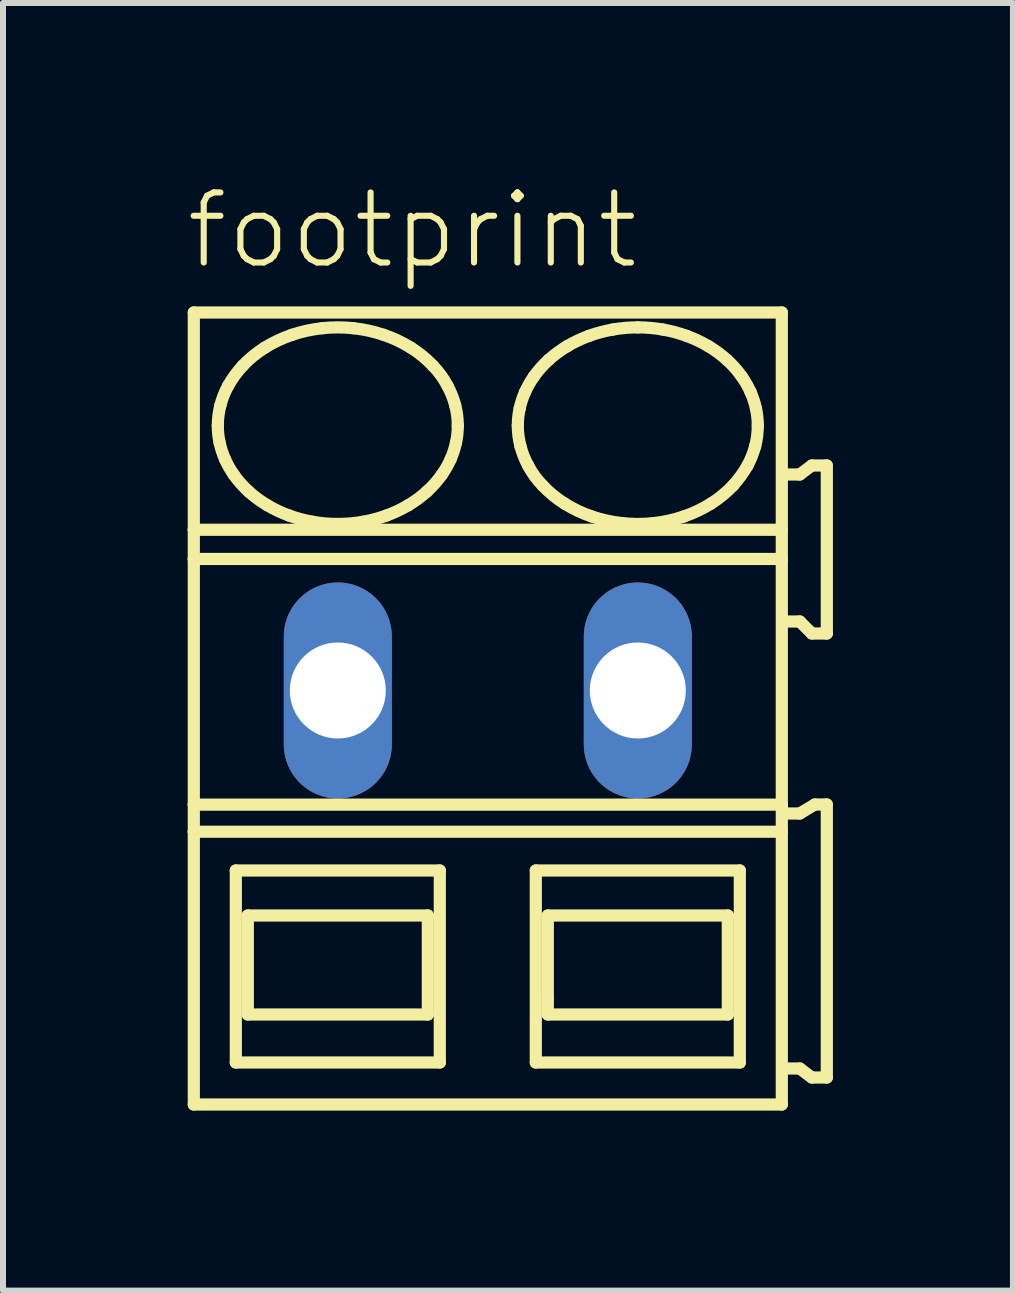
<source format=kicad_pcb>
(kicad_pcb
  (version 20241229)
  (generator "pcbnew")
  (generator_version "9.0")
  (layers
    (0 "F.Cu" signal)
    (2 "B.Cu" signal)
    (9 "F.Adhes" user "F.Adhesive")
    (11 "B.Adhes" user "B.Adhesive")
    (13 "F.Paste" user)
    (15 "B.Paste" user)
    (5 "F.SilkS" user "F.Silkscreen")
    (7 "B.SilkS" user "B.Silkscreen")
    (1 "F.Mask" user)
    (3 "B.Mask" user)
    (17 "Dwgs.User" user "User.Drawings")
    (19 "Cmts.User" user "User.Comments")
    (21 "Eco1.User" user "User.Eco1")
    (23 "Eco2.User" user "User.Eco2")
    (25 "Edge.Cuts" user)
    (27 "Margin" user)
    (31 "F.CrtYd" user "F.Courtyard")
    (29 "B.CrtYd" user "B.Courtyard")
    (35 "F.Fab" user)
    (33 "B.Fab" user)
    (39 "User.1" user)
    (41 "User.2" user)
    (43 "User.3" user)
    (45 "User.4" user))
  (footprint "footprint"
    (layer "F.Cu")
    (at 5.08 8.458)
    (property "Reference" "footprint" (at -5.08 -6.985 0) (layer "F.SilkS") (effects (font (size 1.168 1.168) (thickness 0.102)) (justify left bottom)))
    (fp_line (start -4.9 -6.3) (end -4.9 -2.679) (stroke (width 0.203) (type solid)) (layer "F.SilkS"))
    (fp_line (start -4.9 -2.679) (end -4.9 -2.192) (stroke (width 0.203) (type solid)) (layer "F.SilkS"))
    (fp_line (start -4.9 -2.192) (end -4.9 1.902) (stroke (width 0.203) (type solid)) (layer "F.SilkS"))
    (fp_line (start -4.9 1.902) (end -4.9 2.354) (stroke (width 0.203) (type solid)) (layer "F.SilkS"))
    (fp_line (start -4.9 2.354) (end -4.9 6.9) (stroke (width 0.203) (type solid)) (layer "F.SilkS"))
    (fp_line (start -4.9 6.9) (end 4.9 6.9) (stroke (width 0.203) (type solid)) (layer "F.SilkS"))
    (fp_line (start -4.2 3) (end -4.2 6.2) (stroke (width 0.203) (type solid)) (layer "F.SilkS"))
    (fp_line (start -4.2 6.2) (end -0.8 6.2) (stroke (width 0.203) (type solid)) (layer "F.SilkS"))
    (fp_line (start -4 3.75) (end -4 5.4) (stroke (width 0.203) (type solid)) (layer "F.SilkS"))
    (fp_line (start -4 5.4) (end -1 5.4) (stroke (width 0.203) (type solid)) (layer "F.SilkS"))
    (fp_line (start -1 3.75) (end -4 3.75) (stroke (width 0.203) (type solid)) (layer "F.SilkS"))
    (fp_line (start -1 5.4) (end -1 3.75) (stroke (width 0.203) (type solid)) (layer "F.SilkS"))
    (fp_line (start -0.8 3) (end -4.2 3) (stroke (width 0.203) (type solid)) (layer "F.SilkS"))
    (fp_line (start -0.8 6.2) (end -0.8 3) (stroke (width 0.203) (type solid)) (layer "F.SilkS"))
    (fp_line (start 0.8 3) (end 0.8 6.2) (stroke (width 0.203) (type solid)) (layer "F.SilkS"))
    (fp_line (start 0.8 6.2) (end 4.2 6.2) (stroke (width 0.203) (type solid)) (layer "F.SilkS"))
    (fp_line (start 1 3.75) (end 1 5.15) (stroke (width 0.203) (type solid)) (layer "F.SilkS"))
    (fp_line (start 1 5.15) (end 1 5.4) (stroke (width 0.203) (type solid)) (layer "F.SilkS"))
    (fp_line (start 1 5.4) (end 4 5.4) (stroke (width 0.203) (type solid)) (layer "F.SilkS"))
    (fp_line (start 4 3.75) (end 1 3.75) (stroke (width 0.203) (type solid)) (layer "F.SilkS"))
    (fp_line (start 4 5.4) (end 4 3.75) (stroke (width 0.203) (type solid)) (layer "F.SilkS"))
    (fp_line (start 4.2 3) (end 0.8 3) (stroke (width 0.203) (type solid)) (layer "F.SilkS"))
    (fp_line (start 4.2 6.2) (end 4.2 3) (stroke (width 0.203) (type solid)) (layer "F.SilkS"))
    (fp_line (start 4.9 -6.3) (end -4.9 -6.3) (stroke (width 0.203) (type solid)) (layer "F.SilkS"))
    (fp_line (start 4.9 -2.679) (end -4.9 -2.679) (stroke (width 0.203) (type solid)) (layer "F.SilkS"))
    (fp_line (start 4.9 -2.679) (end 4.9 -6.3) (stroke (width 0.203) (type solid)) (layer "F.SilkS"))
    (fp_line (start 4.9 -2.192) (end -4.9 -2.192) (stroke (width 0.203) (type solid)) (layer "F.SilkS"))
    (fp_line (start 4.9 -2.192) (end 4.9 -2.679) (stroke (width 0.203) (type solid)) (layer "F.SilkS"))
    (fp_line (start 4.9 1.902) (end -4.9 1.902) (stroke (width 0.203) (type solid)) (layer "F.SilkS"))
    (fp_line (start 4.9 1.902) (end 4.9 -2.192) (stroke (width 0.203) (type solid)) (layer "F.SilkS"))
    (fp_line (start 4.9 2.354) (end -4.9 2.354) (stroke (width 0.203) (type solid)) (layer "F.SilkS"))
    (fp_line (start 4.9 2.354) (end 4.9 1.902) (stroke (width 0.203) (type solid)) (layer "F.SilkS"))
    (fp_line (start 4.9 6.9) (end 4.9 2.354) (stroke (width 0.203) (type solid)) (layer "F.SilkS"))
    (fp_line (start 5 -1.15) (end 5.2 -1.15) (stroke (width 0.203) (type solid)) (layer "F.SilkS"))
    (fp_line (start 5 6.3) (end 5.2 6.3) (stroke (width 0.203) (type solid)) (layer "F.SilkS"))
    (fp_line (start 5.2 -3.6) (end 5 -3.6) (stroke (width 0.203) (type solid)) (layer "F.SilkS"))
    (fp_line (start 5.2 -1.15) (end 5.4 -0.95) (stroke (width 0.203) (type solid)) (layer "F.SilkS"))
    (fp_line (start 5.2 2.05) (end 5 2.05) (stroke (width 0.203) (type solid)) (layer "F.SilkS"))
    (fp_line (start 5.2 6.3) (end 5.4 6.45) (stroke (width 0.203) (type solid)) (layer "F.SilkS"))
    (fp_line (start 5.4 -3.75) (end 5.2 -3.6) (stroke (width 0.203) (type solid)) (layer "F.SilkS"))
    (fp_line (start 5.4 -0.95) (end 5.65 -0.95) (stroke (width 0.203) (type solid)) (layer "F.SilkS"))
    (fp_line (start 5.4 6.45) (end 5.65 6.45) (stroke (width 0.203) (type solid)) (layer "F.SilkS"))
    (fp_line (start 5.45 1.9) (end 5.2 2.05) (stroke (width 0.203) (type solid)) (layer "F.SilkS"))
    (fp_line (start 5.65 -3.75) (end 5.4 -3.75) (stroke (width 0.203) (type solid)) (layer "F.SilkS"))
    (fp_line (start 5.65 -0.95) (end 5.65 -3.75) (stroke (width 0.203) (type solid)) (layer "F.SilkS"))
    (fp_line (start 5.65 1.9) (end 5.45 1.9) (stroke (width 0.203) (type solid)) (layer "F.SilkS"))
    (fp_line (start 5.65 6.45) (end 5.65 1.9) (stroke (width 0.203) (type solid)) (layer "F.SilkS"))
    (fp_arc (start -4.5 -4.4136) (mid -4.488905 -4.585389) (end -4.4562 -4.7544) (stroke (width 0.2032) (type solid)) (layer "F.SilkS"))
    (fp_arc (start -4.4695 -4.1287) (mid -4.492308 -4.270341) (end -4.5 -4.4136) (stroke (width 0.2032) (type solid)) (layer "F.SilkS"))
    (fp_arc (start -4.4562 -4.7544) (mid -4.401558 -4.920839) (end -4.3273 -5.0795) (stroke (width 0.2032) (type solid)) (layer "F.SilkS"))
    (fp_arc (start -4.3795 -3.8536) (mid -4.431599 -3.988827) (end -4.4695 -4.1287) (stroke (width 0.2032) (type solid)) (layer "F.SilkS"))
    (fp_arc (start -4.3274 -5.0795) (mid -4.216217 -5.252167) (end -4.0864 -5.4113) (stroke (width 0.2032) (type solid)) (layer "F.SilkS"))
    (fp_arc (start -4.232 -3.5945) (mid -4.312155 -3.720404) (end -4.3795 -3.8536) (stroke (width 0.2032) (type solid)) (layer "F.SilkS"))
    (fp_arc (start -4.0864 -5.4113) (mid -3.911717 -5.573771) (end -3.718 -5.713) (stroke (width 0.2032) (type solid)) (layer "F.SilkS"))
    (fp_arc (start -3.9861 -3.3171) (mid -4.116737 -3.448975) (end -4.2321 -3.5944) (stroke (width 0.2032) (type solid)) (layer "F.SilkS"))
    (fp_arc (start -3.718 -5.713) (mid -3.497651 -5.83326) (end -3.2649 -5.9273) (stroke (width 0.2032) (type solid)) (layer "F.SilkS"))
    (fp_arc (start -3.676 -3.0884) (mid -3.836846 -3.194891) (end -3.9861 -3.3171) (stroke (width 0.2032) (type solid)) (layer "F.SilkS"))
    (fp_arc (start -3.313 -2.9167) (mid -3.498551 -2.993985) (end -3.676 -3.0884) (stroke (width 0.2032) (type solid)) (layer "F.SilkS"))
    (fp_arc (start -3.2649 -5.9273) (mid -3.016253 -5.996227) (end -2.7616 -6.0378) (stroke (width 0.2032) (type solid)) (layer "F.SilkS"))
    (fp_arc (start -2.9161 -2.8111) (mid -3.116893 -2.855096) (end -3.313 -2.9167) (stroke (width 0.2032) (type solid)) (layer "F.SilkS"))
    (fp_arc (start -2.7616 -6.0378) (mid -2.5 -6.051841) (end -2.2384 -6.0378) (stroke (width 0.2032) (type solid)) (layer "F.SilkS"))
    (fp_arc (start -2.5 -2.7752) (mid -2.708826 -2.784159) (end -2.9161 -2.8111) (stroke (width 0.2032) (type solid)) (layer "F.SilkS"))
    (fp_arc (start -2.2384 -6.0378) (mid -1.983714 -5.996379) (end -1.7351 -5.9273) (stroke (width 0.2032) (type solid)) (layer "F.SilkS"))
    (fp_arc (start -2.0839 -2.8111) (mid -2.291182 -2.784277) (end -2.5 -2.7753) (stroke (width 0.2032) (type solid)) (layer "F.SilkS"))
    (fp_arc (start -1.7351 -5.9273) (mid -1.502222 -5.83353) (end -1.282 -5.713) (stroke (width 0.2032) (type solid)) (layer "F.SilkS"))
    (fp_arc (start -1.687 -2.9167) (mid -1.883129 -2.855175) (end -2.0839 -2.8111) (stroke (width 0.2032) (type solid)) (layer "F.SilkS"))
    (fp_arc (start -1.324 -3.0884) (mid -1.501514 -2.994123) (end -1.687 -2.9167) (stroke (width 0.2032) (type solid)) (layer "F.SilkS"))
    (fp_arc (start -1.282 -5.713) (mid -1.088036 -5.574073) (end -0.9136 -5.4113) (stroke (width 0.2032) (type solid)) (layer "F.SilkS"))
    (fp_arc (start -1.0139 -3.3171) (mid -1.163276 -3.195057) (end -1.324 -3.0884) (stroke (width 0.2032) (type solid)) (layer "F.SilkS"))
    (fp_arc (start -0.9137 -5.4112) (mid -0.781313 -5.253987) (end -0.6727 -5.0795) (stroke (width 0.2032) (type solid)) (layer "F.SilkS"))
    (fp_arc (start -0.7679 -3.5944) (mid -0.88339 -3.449088) (end -1.0139 -3.3171) (stroke (width 0.2032) (type solid)) (layer "F.SilkS"))
    (fp_arc (start -0.6727 -5.0795) (mid -0.598287 -4.9209) (end -0.5438 -4.7544) (stroke (width 0.2032) (type solid)) (layer "F.SilkS"))
    (fp_arc (start -0.6204 -3.8536) (mid -0.687861 -3.720421) (end -0.7679 -3.5944) (stroke (width 0.2032) (type solid)) (layer "F.SilkS"))
    (fp_arc (start -0.5438 -4.7544) (mid -0.511083 -4.58539) (end -0.5 -4.4136) (stroke (width 0.2032) (type solid)) (layer "F.SilkS"))
    (fp_arc (start -0.5305 -4.1287) (mid -0.568473 -3.988851) (end -0.6205 -3.8536) (stroke (width 0.2032) (type solid)) (layer "F.SilkS"))
    (fp_arc (start -0.5001 -4.4136) (mid -0.507739 -4.270343) (end -0.5305 -4.1287) (stroke (width 0.2032) (type solid)) (layer "F.SilkS"))
    (fp_arc (start 0.5 -4.4136) (mid 0.507693 -4.556809) (end 0.5305 -4.6984) (stroke (width 0.2032) (type solid)) (layer "F.SilkS"))
    (fp_arc (start 0.5305 -4.6984) (mid 0.568467 -4.8383) (end 0.6205 -4.9736) (stroke (width 0.2032) (type solid)) (layer "F.SilkS"))
    (fp_arc (start 0.5438 -4.0727) (mid 0.511073 -4.241759) (end 0.5 -4.4136) (stroke (width 0.2032) (type solid)) (layer "F.SilkS"))
    (fp_arc (start 0.6204 -4.9736) (mid 0.687866 -5.106728) (end 0.7679 -5.2327) (stroke (width 0.2032) (type solid)) (layer "F.SilkS"))
    (fp_arc (start 0.6727 -3.7476) (mid 0.598289 -3.9062) (end 0.5438 -4.0727) (stroke (width 0.2032) (type solid)) (layer "F.SilkS"))
    (fp_arc (start 0.7679 -5.2327) (mid 0.883386 -5.378016) (end 1.0139 -5.51) (stroke (width 0.2032) (type solid)) (layer "F.SilkS"))
    (fp_arc (start 0.9136 -3.4159) (mid 0.781267 -3.57312) (end 0.6727 -3.7476) (stroke (width 0.2032) (type solid)) (layer "F.SilkS"))
    (fp_arc (start 1.0139 -5.51) (mid 1.163277 -5.632042) (end 1.324 -5.7387) (stroke (width 0.2032) (type solid)) (layer "F.SilkS"))
    (fp_arc (start 1.282 -3.1141) (mid 1.088032 -3.253077) (end 0.9136 -3.4159) (stroke (width 0.2032) (type solid)) (layer "F.SilkS"))
    (fp_arc (start 1.324 -5.7387) (mid 1.501514 -5.832977) (end 1.687 -5.9104) (stroke (width 0.2032) (type solid)) (layer "F.SilkS"))
    (fp_arc (start 1.687 -5.9104) (mid 1.883129 -5.971925) (end 2.0839 -6.016) (stroke (width 0.2032) (type solid)) (layer "F.SilkS"))
    (fp_arc (start 1.7351 -2.8998) (mid 1.502222 -2.993571) (end 1.282 -3.1141) (stroke (width 0.2032) (type solid)) (layer "F.SilkS"))
    (fp_arc (start 2.0839 -6.0161) (mid 2.291183 -6.042919) (end 2.5 -6.0519) (stroke (width 0.2032) (type solid)) (layer "F.SilkS"))
    (fp_arc (start 2.2384 -2.7893) (mid 1.983714 -2.830721) (end 1.7351 -2.8998) (stroke (width 0.2032) (type solid)) (layer "F.SilkS"))
    (fp_arc (start 2.5 -6.0519) (mid 2.708826 -6.042941) (end 2.9161 -6.016) (stroke (width 0.2032) (type solid)) (layer "F.SilkS"))
    (fp_arc (start 2.7616 -2.7893) (mid 2.5 -2.775259) (end 2.2384 -2.7893) (stroke (width 0.2032) (type solid)) (layer "F.SilkS"))
    (fp_arc (start 2.9161 -6.016) (mid 3.116893 -5.972004) (end 3.313 -5.9104) (stroke (width 0.2032) (type solid)) (layer "F.SilkS"))
    (fp_arc (start 3.2649 -2.8998) (mid 3.016253 -2.830873) (end 2.7616 -2.7893) (stroke (width 0.2032) (type solid)) (layer "F.SilkS"))
    (fp_arc (start 3.313 -5.9104) (mid 3.498552 -5.833116) (end 3.676 -5.7387) (stroke (width 0.2032) (type solid)) (layer "F.SilkS"))
    (fp_arc (start 3.676 -5.7387) (mid 3.836846 -5.632209) (end 3.9861 -5.51) (stroke (width 0.2032) (type solid)) (layer "F.SilkS"))
    (fp_arc (start 3.718 -3.1141) (mid 3.497651 -2.993839) (end 3.2649 -2.8998) (stroke (width 0.2032) (type solid)) (layer "F.SilkS"))
    (fp_arc (start 3.9861 -5.51) (mid 4.116738 -5.378126) (end 4.2321 -5.2327) (stroke (width 0.2032) (type solid)) (layer "F.SilkS"))
    (fp_arc (start 4.0864 -3.4159) (mid 3.911721 -3.253378) (end 3.718 -3.1141) (stroke (width 0.2032) (type solid)) (layer "F.SilkS"))
    (fp_arc (start 4.2321 -5.2327) (mid 4.312204 -5.106793) (end 4.3795 -4.9736) (stroke (width 0.2032) (type solid)) (layer "F.SilkS"))
    (fp_arc (start 4.3273 -3.7476) (mid 4.216161 -3.574988) (end 4.0864 -3.4159) (stroke (width 0.2032) (type solid)) (layer "F.SilkS"))
    (fp_arc (start 4.3795 -4.9736) (mid 4.431605 -4.838324) (end 4.4695 -4.6984) (stroke (width 0.2032) (type solid)) (layer "F.SilkS"))
    (fp_arc (start 4.4562 -4.0727) (mid 4.401557 -3.906262) (end 4.3273 -3.7476) (stroke (width 0.2032) (type solid)) (layer "F.SilkS"))
    (fp_arc (start 4.4695 -4.6984) (mid 4.4923 -4.556809) (end 4.5 -4.4136) (stroke (width 0.2032) (type solid)) (layer "F.SilkS"))
    (fp_arc (start 4.5 -4.4136) (mid 4.488914 -4.241761) (end 4.4562 -4.0727) (stroke (width 0.2032) (type solid)) (layer "F.SilkS"))
    (pad "1" thru_hole oval (at -2.5 0 90) (size 3.6 1.8) (drill 1.6) (layers "*.Cu" "*.Mask"))
    (pad "2" thru_hole oval (at 2.5 0 90) (size 3.6 1.8) (drill 1.6) (layers "*.Cu" "*.Mask")))
  (gr_rect
    (start -3 -3)
    (end 13.832 18.46)
    (stroke (width 0.1) (type default))
    (fill no)
    (layer "Edge.Cuts")))
</source>
